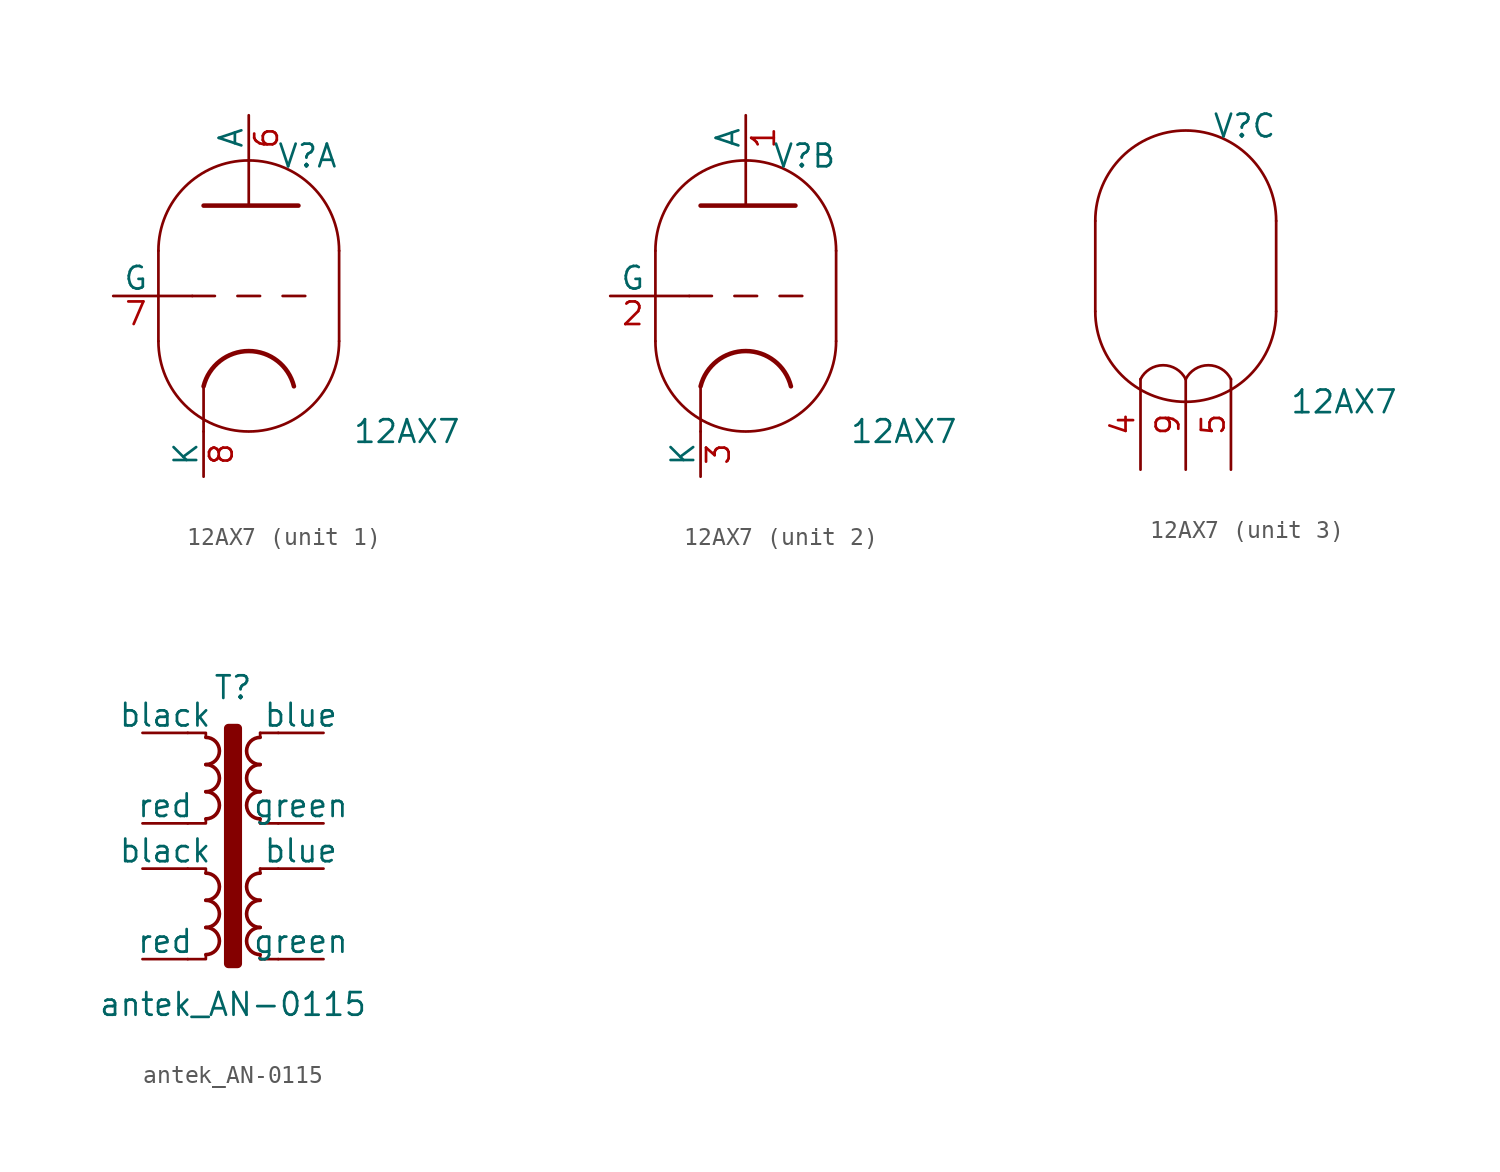
<source format=kicad_sym>
(kicad_symbol_lib
  (version 20211014)
  (generator kicad_symbol_editor)
  (symbol "12AX7"
    (pin_names
      (offset 0))
    (property "Reference" "V"
      (at 3.302 7.874 0)
      (effects (font (size 1.27 1.27))))
    (property "Value" "12AX7"
      (at 8.89 -7.62 0)
      (effects (font (size 1.27 1.27))))
    (property "ki_locked" ""
      (at 0 0 0)
      (effects (font (size 1.27 1.27))))
    (symbol "12AX7_0_1"
      (arc (start -5.08 -2.54) (mid 0 -7.62) (end 5.08 -2.54) (stroke (width 0) (type default) (color 0 0 0 0)) (fill (type none)))
      (polyline (pts (xy 5.08 2.54) (xy 5.08 -2.54)) (stroke (width 0) (type default) (color 0 0 0 0)) (fill (type none)))
      (polyline (pts (xy -5.08 2.54) (xy -5.08 -2.54) (xy -5.08 -2.54)) (stroke (width 0) (type default) (color 0 0 0 0)) (fill (type none)))
      (arc (start 5.08 2.54) (mid 0 7.62) (end -5.08 2.54) (stroke (width 0) (type default) (color 0 0 0 0)) (fill (type none))))
    (symbol "12AX7_1_0"
      (polyline (pts (xy -2.54 -5.08) (xy -2.54 -7.62)) (stroke (width 0) (type default) (color 0 0 0 0)) (fill (type none)))
      (polyline (pts (xy 0 5.08) (xy 0 7.62)) (stroke (width 0) (type default) (color 0 0 0 0)) (fill (type none))))
    (symbol "12AX7_1_1"
      (polyline (pts (xy -5.08 0) (xy -3.175 0)) (stroke (width 0) (type default) (color 0 0 0 0)) (fill (type none)))
      (polyline (pts (xy -1.905 0) (xy -3.175 0)) (stroke (width 0.152) (type default) (color 0 0 0 0)) (fill (type none)))
      (polyline (pts (xy -0.635 0) (xy 0.635 0)) (stroke (width 0.152) (type default) (color 0 0 0 0)) (fill (type none)))
      (polyline (pts (xy 1.905 0) (xy 3.175 0)) (stroke (width 0.152) (type default) (color 0 0 0 0)) (fill (type none)))
      (polyline (pts (xy -2.54 5.08) (xy 2.794 5.08) (xy 2.794 5.08)) (stroke (width 0.254) (type default) (color 0 0 0 0)) (fill (type none)))
      (arc (start 2.54 -5.08) (mid 0 -3.0968) (end -2.54 -5.08) (stroke (width 0.254) (type default) (color 0 0 0 0)) (fill (type none)))
      (pin output line (at 0 10.16 270) (length 2.54) (name "A" (effects (font (size 1.27 1.27)))) (number "6" (effects (font (size 1.27 1.27)))))
      (pin input line (at -7.62 0 0) (length 2.54) (name "G" (effects (font (size 1.27 1.27)))) (number "7" (effects (font (size 1.27 1.27)))))
      (pin bidirectional line (at -2.54 -10.16 90) (length 2.54) (name "K" (effects (font (size 1.27 1.27)))) (number "8" (effects (font (size 1.27 1.27))))))
    (symbol "12AX7_2_0"
      (polyline (pts (xy -2.54 -5.08) (xy -2.54 -7.62)) (stroke (width 0) (type default) (color 0 0 0 0)) (fill (type none)))
      (polyline (pts (xy 0 5.08) (xy 0 7.62)) (stroke (width 0) (type default) (color 0 0 0 0)) (fill (type none))))
    (symbol "12AX7_2_1"
      (polyline (pts (xy -5.08 0) (xy -3.175 0)) (stroke (width 0) (type default) (color 0 0 0 0)) (fill (type none)))
      (polyline (pts (xy -1.905 0) (xy -3.175 0)) (stroke (width 0.152) (type default) (color 0 0 0 0)) (fill (type none)))
      (polyline (pts (xy -0.635 0) (xy 0.635 0)) (stroke (width 0.152) (type default) (color 0 0 0 0)) (fill (type none)))
      (polyline (pts (xy 1.905 0) (xy 3.175 0)) (stroke (width 0.152) (type default) (color 0 0 0 0)) (fill (type none)))
      (polyline (pts (xy -2.54 5.08) (xy 2.794 5.08) (xy 2.794 5.08)) (stroke (width 0.254) (type default) (color 0 0 0 0)) (fill (type none)))
      (arc (start 2.54 -5.08) (mid 0 -3.0968) (end -2.54 -5.08) (stroke (width 0.254) (type default) (color 0 0 0 0)) (fill (type none)))
      (pin output line (at 0 10.16 270) (length 2.54) (name "A" (effects (font (size 1.27 1.27)))) (number "1" (effects (font (size 1.27 1.27)))))
      (pin input line (at -7.62 0 0) (length 2.54) (name "G" (effects (font (size 1.27 1.27)))) (number "2" (effects (font (size 1.27 1.27)))))
      (pin bidirectional line (at -2.54 -10.16 90) (length 2.54) (name "K" (effects (font (size 1.27 1.27)))) (number "3" (effects (font (size 1.27 1.27))))))
    (symbol "12AX7_3_1"
      (arc (start 0 -6.35) (mid -1.27 -5.5651) (end -2.54 -6.35) (stroke (width 0) (type default) (color 0 0 0 0)) (fill (type none)))
      (arc (start 2.54 -6.35) (mid 1.27 -5.5651) (end 0 -6.35) (stroke (width 0) (type default) (color 0 0 0 0)) (fill (type none)))
      (pin power_in line (at -2.54 -11.43 90) (length 5.08) (name "~" (effects (font (size 1.27 1.27)))) (number "4" (effects (font (size 1.27 1.27)))))
      (pin power_in line (at 2.54 -11.43 90) (length 5.08) (name "~" (effects (font (size 1.27 1.27)))) (number "5" (effects (font (size 1.27 1.27)))))
      (pin power_in line (at 0 -11.43 90) (length 5.08) (name "~" (effects (font (size 1.27 1.27)))) (number "9" (effects (font (size 1.27 1.27)))))))
  (symbol "antek_AN-0115"
    (pin_numbers hide)
    (pin_names
      (offset 0))
    (property "Reference" "T"
      (at 0 10.16 0)
      (effects (font (size 1.27 1.27))))
    (property "Value" "antek_AN-0115"
      (at 0 -7.62 0)
      (effects (font (size 1.27 1.27))))
    (symbol "antek_AN-0115_0_1"
      (arc (start -1.524 -4.826) (mid -0.762 -4.064) (end -1.524 -3.302) (stroke (width 0.2032) (type default) (color 0 0 0 0)) (fill (type none)))
      (arc (start -1.524 -3.302) (mid -0.762 -2.54) (end -1.524 -1.778) (stroke (width 0.2032) (type default) (color 0 0 0 0)) (fill (type none)))
      (arc (start -1.524 -1.778) (mid -0.762 -1.016) (end -1.524 -0.254) (stroke (width 0.2032) (type default) (color 0 0 0 0)) (fill (type none)))
      (arc (start -1.524 2.794) (mid -0.762 3.556) (end -1.524 4.318) (stroke (width 0.2032) (type default) (color 0 0 0 0)) (fill (type none)))
      (arc (start -1.524 4.318) (mid -0.762 5.08) (end -1.524 5.842) (stroke (width 0.2032) (type default) (color 0 0 0 0)) (fill (type none)))
      (arc (start -1.524 5.842) (mid -0.762 6.604) (end -1.524 7.366) (stroke (width 0.2032) (type default) (color 0 0 0 0)) (fill (type none)))
      (rectangle (start -0.254 7.874) (end 0.254 -5.334) (stroke (width 0.508) (type default) (color 0 0 0 0)) (fill (type outline)))
      (polyline (pts (xy 1.524 -4.826) (xy 1.524 -5.08) (xy 1.524 -5.08)) (stroke (width 0) (type default) (color 0 0 0 0)) (fill (type outline)))
      (polyline (pts (xy 1.524 0) (xy 1.524 -0.254) (xy 1.524 -0.254)) (stroke (width 0) (type default) (color 0 0 0 0)) (fill (type outline)))
      (polyline (pts (xy 1.524 0) (xy 2.54 0) (xy 2.54 0)) (stroke (width 0) (type default) (color 0 0 0 0)) (fill (type none)))
      (polyline (pts (xy 1.524 2.54) (xy 1.524 2.794) (xy 1.524 2.794)) (stroke (width 0) (type default) (color 0 0 0 0)) (fill (type outline)))
      (polyline (pts (xy 1.524 2.54) (xy 2.54 2.54) (xy 2.54 2.54)) (stroke (width 0) (type default) (color 0 0 0 0)) (fill (type none)))
      (polyline (pts (xy 1.524 7.62) (xy 1.524 7.366) (xy 1.524 7.366)) (stroke (width 0) (type default) (color 0 0 0 0)) (fill (type outline)))
      (polyline (pts (xy 1.524 7.62) (xy 2.54 7.62) (xy 2.54 7.62)) (stroke (width 0) (type default) (color 0 0 0 0)) (fill (type none)))
      (polyline (pts (xy 2.54 -5.08) (xy 1.524 -5.08) (xy 1.524 -5.08)) (stroke (width 0) (type default) (color 0 0 0 0)) (fill (type none)))
      (polyline (pts (xy -1.524 -4.826) (xy -1.524 -5.08) (xy -2.54 -5.08) (xy -2.54 -5.08)) (stroke (width 0) (type default) (color 0 0 0 0)) (fill (type none)))
      (polyline (pts (xy -1.524 -0.254) (xy -1.524 0) (xy -2.54 0) (xy -2.54 0)) (stroke (width 0) (type default) (color 0 0 0 0)) (fill (type none)))
      (polyline (pts (xy -1.524 2.794) (xy -1.524 2.54) (xy -2.54 2.54) (xy -2.54 2.54)) (stroke (width 0) (type default) (color 0 0 0 0)) (fill (type none)))
      (polyline (pts (xy -1.524 7.366) (xy -1.524 7.62) (xy -2.54 7.62) (xy -2.54 7.62)) (stroke (width 0) (type default) (color 0 0 0 0)) (fill (type none)))
      (arc (start 1.524 -3.302) (mid 0.762 -4.064) (end 1.524 -4.826) (stroke (width 0.2032) (type default) (color 0 0 0 0)) (fill (type none)))
      (arc (start 1.524 -1.778) (mid 0.762 -2.54) (end 1.524 -3.302) (stroke (width 0.2032) (type default) (color 0 0 0 0)) (fill (type none)))
      (arc (start 1.524 -0.254) (mid 0.762 -1.016) (end 1.524 -1.778) (stroke (width 0.2032) (type default) (color 0 0 0 0)) (fill (type none)))
      (arc (start 1.524 4.318) (mid 0.762 3.556) (end 1.524 2.794) (stroke (width 0.2032) (type default) (color 0 0 0 0)) (fill (type none)))
      (arc (start 1.524 5.842) (mid 0.762 5.08) (end 1.524 4.318) (stroke (width 0.2032) (type default) (color 0 0 0 0)) (fill (type none)))
      (arc (start 1.524 7.366) (mid 0.762 6.604) (end 1.524 5.842) (stroke (width 0.2032) (type default) (color 0 0 0 0)) (fill (type none))))
    (symbol "antek_AN-0115_1_1"
      (pin passive line (at -5.08 7.62 0) (length 2.54) (name "black" (effects (font (size 1.27 1.27)))) (number "1\\" (effects (font (size 1.27 1.27)))))
      (pin passive line (at -5.08 2.54 0) (length 2.54) (name "red" (effects (font (size 1.27 1.27)))) (number "2" (effects (font (size 1.27 1.27)))))
      (pin passive line (at -5.08 0 0) (length 2.54) (name "black" (effects (font (size 1.27 1.27)))) (number "3" (effects (font (size 1.27 1.27)))))
      (pin passive line (at -5.08 -5.08 0) (length 2.54) (name "red" (effects (font (size 1.27 1.27)))) (number "4" (effects (font (size 1.27 1.27)))))
      (pin passive line (at 5.08 -5.08 180) (length 2.54) (name "green" (effects (font (size 1.27 1.27)))) (number "5" (effects (font (size 1.27 1.27)))))
      (pin passive line (at 5.08 0 180) (length 2.54) (name "blue" (effects (font (size 1.27 1.27)))) (number "6" (effects (font (size 1.27 1.27)))))
      (pin passive line (at 5.08 2.54 180) (length 2.54) (name "green" (effects (font (size 1.27 1.27)))) (number "7" (effects (font (size 1.27 1.27)))))
      (pin passive line (at 5.08 7.62 180) (length 2.54) (name "blue" (effects (font (size 1.27 1.27)))) (number "8" (effects (font (size 1.27 1.27))))))))
</source>
